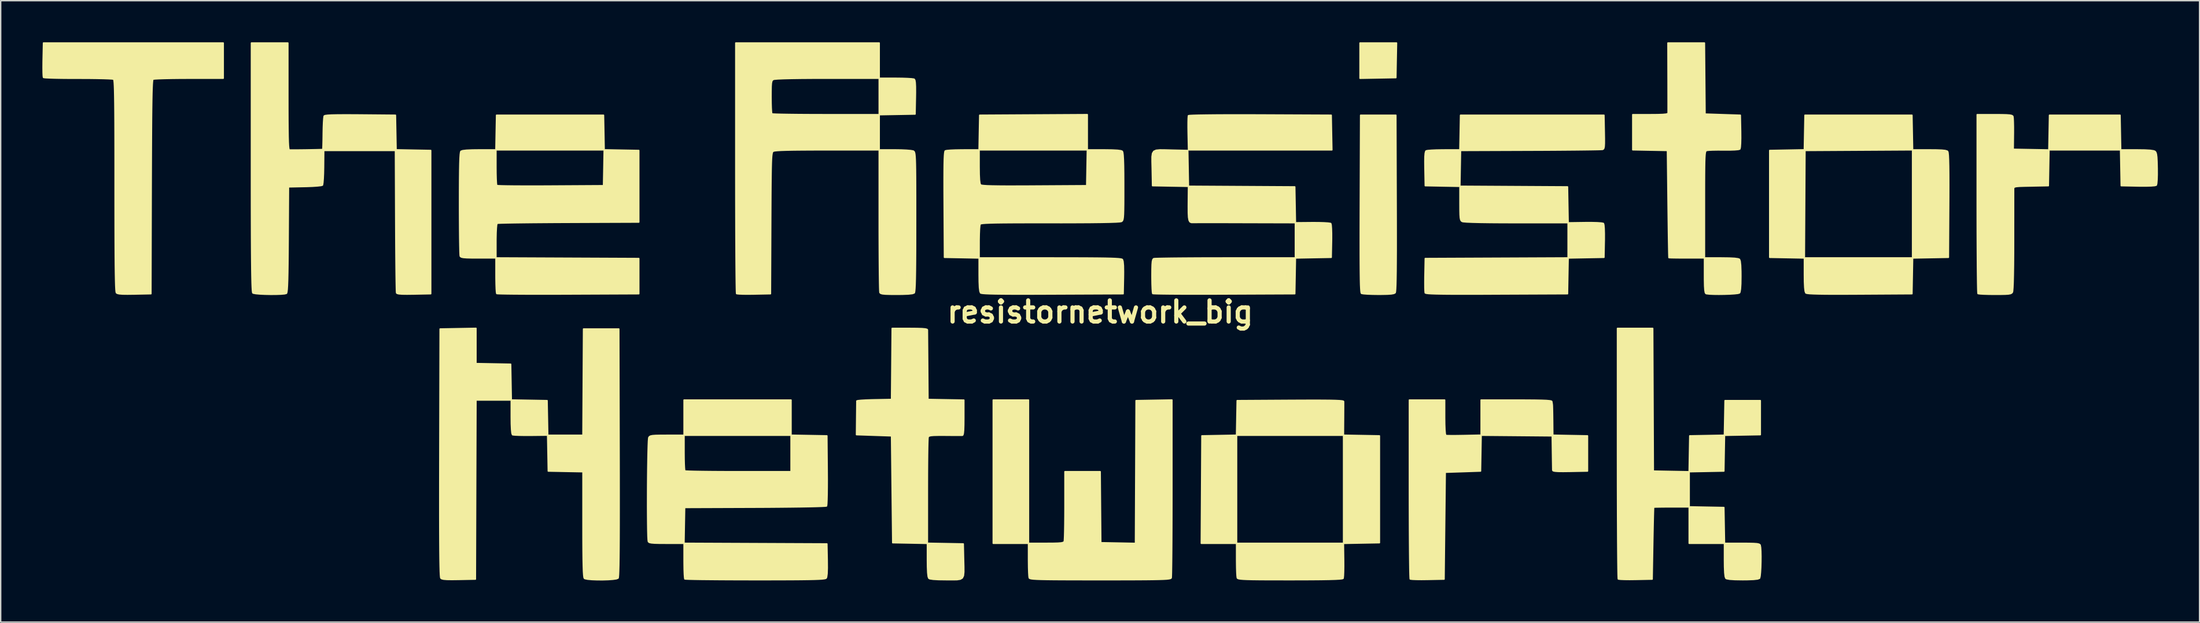
<source format=kicad_pcb>
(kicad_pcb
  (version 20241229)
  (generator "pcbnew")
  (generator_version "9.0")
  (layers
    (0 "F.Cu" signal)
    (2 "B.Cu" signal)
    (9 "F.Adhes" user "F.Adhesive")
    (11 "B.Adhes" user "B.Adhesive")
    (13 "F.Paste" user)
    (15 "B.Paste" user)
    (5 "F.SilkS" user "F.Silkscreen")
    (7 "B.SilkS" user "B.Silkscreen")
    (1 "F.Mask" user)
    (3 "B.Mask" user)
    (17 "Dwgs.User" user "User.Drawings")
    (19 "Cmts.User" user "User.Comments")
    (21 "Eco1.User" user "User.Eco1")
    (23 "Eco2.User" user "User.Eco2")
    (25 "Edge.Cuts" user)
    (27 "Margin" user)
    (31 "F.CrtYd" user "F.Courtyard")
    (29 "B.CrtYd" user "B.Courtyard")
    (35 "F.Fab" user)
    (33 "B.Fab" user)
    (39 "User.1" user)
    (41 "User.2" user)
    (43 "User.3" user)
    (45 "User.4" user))
  (footprint "resistornetwork_big"
    (layer "F.Cu")
    (at 76.188 19.439)
    (property "Reference" "resistornetwork_big" (at 0 0 0) (layer "F.SilkS") (effects (font (size 1.524 1.524) (thickness 0.3))))
    (attr through_hole)
    (fp_poly (pts (xy -5.165 16.679) (xy -6.435 16.679) (xy -7.705 16.679) (xy -7.705 11.515) (xy -7.705 6.35) (xy -6.435 6.35) (xy -5.165 6.35) (xy -5.165 11.515) (xy -5.165 16.679)) (stroke (width 0.1) (type solid)) (fill yes) (layer "F.SilkS"))
    (fp_poly (pts (xy 21.341 -19.389) (xy 21.317 -18.14) (xy 21.294 -16.891) (xy 20.003 -16.868) (xy 18.711 -16.844) (xy 18.711 -18.116) (xy 18.711 -19.389) (xy 20.026 -19.389) (xy 21.341 -19.389)) (stroke (width 0.1) (type solid)) (fill yes) (layer "F.SilkS"))
    (fp_poly (pts (xy 16.684 -11.684) (xy 11.521 -11.684) (xy 6.359 -11.684) (xy 6.333 -12.878) (xy 6.327 -13.314) (xy 6.328 -13.689) (xy 6.336 -13.972) (xy 6.35 -14.13) (xy 6.355 -14.149) (xy 6.448 -14.163) (xy 6.698 -14.176) (xy 7.094 -14.187) (xy 7.624 -14.195) (xy 8.277 -14.202) (xy 9.041 -14.206) (xy 9.904 -14.207) (xy 10.855 -14.206) (xy 11.52 -14.204) (xy 16.637 -14.182) (xy 16.66 -12.933) (xy 16.684 -11.684)) (stroke (width 0.1) (type solid)) (fill yes) (layer "F.SilkS"))
    (fp_poly (pts (xy 46.143 -2.582) (xy 46.136 -2.035) (xy 46.112 -1.652) (xy 46.072 -1.429) (xy 46.042 -1.372) (xy 45.927 -1.338) (xy 45.683 -1.311) (xy 45.347 -1.29) (xy 44.959 -1.277) (xy 44.558 -1.272) (xy 44.183 -1.276) (xy 43.873 -1.29) (xy 43.667 -1.314) (xy 43.624 -1.326) (xy 43.58 -1.394) (xy 43.549 -1.57) (xy 43.529 -1.87) (xy 43.52 -2.311) (xy 43.519 -2.632) (xy 43.519 -3.895) (xy 44.729 -3.895) (xy 45.294 -3.888) (xy 45.697 -3.868) (xy 45.946 -3.833) (xy 46.042 -3.793) (xy 46.091 -3.658) (xy 46.124 -3.366) (xy 46.141 -2.913) (xy 46.143 -2.582)) (stroke (width 0.1) (type solid)) (fill yes) (layer "F.SilkS"))
    (fp_poly (pts (xy 21.32 -5.418) (xy 21.32 -4.444) (xy 21.316 -3.617) (xy 21.311 -2.933) (xy 21.302 -2.382) (xy 21.292 -1.959) (xy 21.278 -1.657) (xy 21.262 -1.469) (xy 21.243 -1.387) (xy 21.242 -1.385) (xy 21.152 -1.334) (xy 20.969 -1.3) (xy 20.669 -1.28) (xy 20.229 -1.272) (xy 20.034 -1.271) (xy 19.611 -1.277) (xy 19.245 -1.291) (xy 18.971 -1.311) (xy 18.826 -1.336) (xy 18.817 -1.34) (xy 18.796 -1.385) (xy 18.778 -1.499) (xy 18.764 -1.691) (xy 18.751 -1.972) (xy 18.742 -2.349) (xy 18.735 -2.834) (xy 18.73 -3.436) (xy 18.727 -4.165) (xy 18.726 -5.029) (xy 18.727 -6.039) (xy 18.73 -7.204) (xy 18.732 -7.795) (xy 18.754 -14.182) (xy 20.024 -14.182) (xy 21.294 -14.182) (xy 21.315 -7.841) (xy 21.319 -6.549) (xy 21.32 -5.418)) (stroke (width 0.1) (type solid)) (fill yes) (layer "F.SilkS"))
    (fp_poly (pts (xy -13.293 -6.491) (xy -13.294 -5.375) (xy -13.296 -4.419) (xy -13.301 -3.612) (xy -13.308 -2.947) (xy -13.317 -2.412) (xy -13.329 -1.999) (xy -13.344 -1.698) (xy -13.362 -1.499) (xy -13.383 -1.393) (xy -13.394 -1.372) (xy -13.524 -1.324) (xy -13.806 -1.291) (xy -14.247 -1.274) (xy -14.655 -1.27) (xy -15.13 -1.273) (xy -15.461 -1.283) (xy -15.675 -1.303) (xy -15.799 -1.336) (xy -15.857 -1.386) (xy -15.866 -1.404) (xy -15.875 -1.511) (xy -15.884 -1.772) (xy -15.892 -2.172) (xy -15.899 -2.695) (xy -15.905 -3.328) (xy -15.91 -4.054) (xy -15.914 -4.858) (xy -15.917 -5.726) (xy -15.917 -6.611) (xy -15.917 -11.684) (xy -14.769 -11.684) (xy -14.332 -11.678) (xy -13.946 -11.661) (xy -13.647 -11.635) (xy -13.474 -11.604) (xy -13.456 -11.596) (xy -13.422 -11.573) (xy -13.393 -11.535) (xy -13.369 -11.469) (xy -13.349 -11.362) (xy -13.333 -11.201) (xy -13.32 -10.974) (xy -13.31 -10.667) (xy -13.303 -10.267) (xy -13.298 -9.761) (xy -13.295 -9.138) (xy -13.293 -8.383) (xy -13.293 -7.483) (xy -13.293 -6.491)) (stroke (width 0.1) (type solid)) (fill yes) (layer "F.SilkS"))
    (fp_poly (pts (xy 61.114 -9.176) (xy 61.112 -8.281) (xy 61.109 -7.695) (xy 61.087 -3.937) (xy 59.798 -3.914) (xy 58.509 -3.89) (xy 58.505 -3.648) (xy 58.505 -3.895) (xy 58.505 -7.79) (xy 58.505 -11.686) (xy 54.631 -11.664) (xy 50.758 -11.642) (xy 50.736 -7.768) (xy 50.714 -3.895) (xy 54.609 -3.895) (xy 58.505 -3.895) (xy 58.505 -3.648) (xy 58.486 -2.601) (xy 58.462 -1.312) (xy 54.691 -1.29) (xy 53.735 -1.286) (xy 52.938 -1.285) (xy 52.286 -1.287) (xy 51.77 -1.294) (xy 51.377 -1.305) (xy 51.097 -1.319) (xy 50.918 -1.339) (xy 50.828 -1.363) (xy 50.818 -1.371) (xy 50.771 -1.494) (xy 50.739 -1.76) (xy 50.72 -2.177) (xy 50.715 -2.682) (xy 50.715 -3.89) (xy 49.467 -3.914) (xy 48.218 -3.937) (xy 48.218 -7.789) (xy 48.218 -11.642) (xy 49.464 -11.665) (xy 50.711 -11.689) (xy 50.734 -12.935) (xy 50.758 -14.182) (xy 54.61 -14.182) (xy 58.462 -14.182) (xy 58.486 -12.933) (xy 58.509 -11.684) (xy 59.724 -11.684) (xy 60.239 -11.68) (xy 60.608 -11.666) (xy 60.85 -11.641) (xy 60.99 -11.602) (xy 61.035 -11.568) (xy 61.06 -11.482) (xy 61.08 -11.281) (xy 61.095 -10.959) (xy 61.106 -10.506) (xy 61.112 -9.915) (xy 61.114 -9.176)) (stroke (width 0.1) (type solid)) (fill yes) (layer "F.SilkS"))
    (fp_poly (pts (xy 46.128 -12.53) (xy 46.119 -12.145) (xy 46.099 -11.875) (xy 46.068 -11.745) (xy 46.065 -11.741) (xy 45.95 -11.709) (xy 45.695 -11.687) (xy 45.333 -11.675) (xy 44.897 -11.676) (xy 44.474 -11.678) (xy 44.104 -11.672) (xy 43.824 -11.659) (xy 43.672 -11.64) (xy 43.665 -11.638) (xy 43.631 -11.615) (xy 43.602 -11.566) (xy 43.578 -11.475) (xy 43.56 -11.33) (xy 43.546 -11.114) (xy 43.535 -10.814) (xy 43.528 -10.414) (xy 43.523 -9.9) (xy 43.52 -9.258) (xy 43.519 -8.472) (xy 43.519 -7.738) (xy 43.519 -3.895) (xy 42.249 -3.895) (xy 41.805 -3.896) (xy 41.426 -3.9) (xy 41.142 -3.905) (xy 40.983 -3.912) (xy 40.96 -3.916) (xy 40.955 -4.002) (xy 40.948 -4.241) (xy 40.941 -4.615) (xy 40.932 -5.108) (xy 40.923 -5.702) (xy 40.914 -6.381) (xy 40.904 -7.128) (xy 40.896 -7.789) (xy 40.852 -11.642) (xy 39.603 -11.665) (xy 38.354 -11.689) (xy 38.354 -12.956) (xy 38.354 -14.224) (xy 39.624 -14.224) (xy 40.143 -14.228) (xy 40.512 -14.24) (xy 40.748 -14.262) (xy 40.87 -14.295) (xy 40.898 -14.33) (xy 40.898 -14.439) (xy 40.898 -14.695) (xy 40.898 -15.076) (xy 40.897 -15.56) (xy 40.896 -16.124) (xy 40.895 -16.747) (xy 40.894 -16.912) (xy 40.887 -19.389) (xy 42.202 -19.389) (xy 43.516 -19.389) (xy 43.539 -16.828) (xy 43.561 -14.266) (xy 44.831 -14.224) (xy 46.101 -14.182) (xy 46.125 -13.003) (xy 46.128 -12.53)) (stroke (width 0.1) (type solid)) (fill yes) (layer "F.SilkS"))
    (fp_poly (pts (xy 5.165 12.691) (xy 5.164 13.715) (xy 5.162 14.691) (xy 5.159 15.606) (xy 5.155 16.447) (xy 5.15 17.199) (xy 5.144 17.85) (xy 5.137 18.386) (xy 5.13 18.794) (xy 5.122 19.059) (xy 5.114 19.169) (xy 5.113 19.17) (xy 5.089 19.198) (xy 5.033 19.222) (xy 4.93 19.242) (xy 4.77 19.259) (xy 4.54 19.272) (xy 4.226 19.282) (xy 3.817 19.29) (xy 3.301 19.296) (xy 2.664 19.3) (xy 1.894 19.303) (xy 0.978 19.304) (xy 0 19.304) (xy -1.06 19.304) (xy -1.963 19.302) (xy -2.721 19.3) (xy -3.348 19.296) (xy -3.855 19.29) (xy -4.256 19.282) (xy -4.562 19.271) (xy -4.786 19.257) (xy -4.941 19.241) (xy -5.039 19.22) (xy -5.092 19.196) (xy -5.113 19.17) (xy -5.132 19.04) (xy -5.148 18.775) (xy -5.159 18.411) (xy -5.164 17.984) (xy -5.165 17.858) (xy -5.165 16.679) (xy -3.904 16.679) (xy -3.407 16.677) (xy -3.054 16.668) (xy -2.82 16.65) (xy -2.681 16.621) (xy -2.61 16.577) (xy -2.591 16.545) (xy -2.578 16.429) (xy -2.566 16.166) (xy -2.556 15.779) (xy -2.548 15.29) (xy -2.543 14.723) (xy -2.54 14.099) (xy -2.54 13.963) (xy -2.54 11.515) (xy -1.271 11.515) (xy -0.002 11.515) (xy 0.02 14.076) (xy 0.042 16.637) (xy 1.291 16.66) (xy 2.539 16.684) (xy 2.561 11.538) (xy 2.582 6.392) (xy 3.873 6.369) (xy 5.165 6.346) (xy 5.165 12.691)) (stroke (width 0.1) (type solid)) (fill yes) (layer "F.SilkS"))
    (fp_poly (pts (xy 20.108 16.637) (xy 18.812 16.66) (xy 17.516 16.684) (xy 17.533 17.898) (xy 17.535 18.34) (xy 17.529 18.723) (xy 17.517 19.016) (xy 17.498 19.184) (xy 17.491 19.208) (xy 17.419 19.233) (xy 17.233 19.254) (xy 16.924 19.271) (xy 16.483 19.284) (xy 15.903 19.294) (xy 15.175 19.3) (xy 14.291 19.303) (xy 13.678 19.304) (xy 12.775 19.303) (xy 12.028 19.302) (xy 11.42 19.298) (xy 10.938 19.292) (xy 10.568 19.283) (xy 10.294 19.27) (xy 10.103 19.254) (xy 9.979 19.233) (xy 9.908 19.208) (xy 9.876 19.177) (xy 9.873 19.17) (xy 9.854 19.04) (xy 9.838 18.775) (xy 9.827 18.411) (xy 9.822 17.984) (xy 9.821 17.858) (xy 9.821 16.679) (xy 13.674 16.679) (xy 17.526 16.679) (xy 17.526 12.785) (xy 17.526 8.89) (xy 13.674 8.89) (xy 9.821 8.89) (xy 9.821 12.785) (xy 9.821 16.679) (xy 8.55 16.679) (xy 7.28 16.679) (xy 7.302 12.806) (xy 7.324 8.932) (xy 8.57 8.909) (xy 9.817 8.885) (xy 9.84 7.639) (xy 9.864 6.392) (xy 13.695 6.37) (xy 14.635 6.366) (xy 15.417 6.364) (xy 16.055 6.366) (xy 16.561 6.371) (xy 16.946 6.38) (xy 17.223 6.393) (xy 17.405 6.41) (xy 17.503 6.431) (xy 17.53 6.455) (xy 17.531 6.575) (xy 17.531 6.83) (xy 17.529 7.186) (xy 17.527 7.607) (xy 17.526 7.724) (xy 17.518 8.886) (xy 18.813 8.909) (xy 20.108 8.932) (xy 20.108 12.785) (xy 20.108 16.637)) (stroke (width 0.1) (type solid)) (fill yes) (layer "F.SilkS"))
    (fp_poly (pts (xy 35.094 11.472) (xy 33.846 11.496) (xy 33.338 11.502) (xy 32.979 11.498) (xy 32.748 11.481) (xy 32.626 11.452) (xy 32.591 11.411) (xy 32.588 11.291) (xy 32.584 11.035) (xy 32.578 10.678) (xy 32.572 10.254) (xy 32.57 10.118) (xy 32.554 8.932) (xy 29.995 8.91) (xy 27.436 8.888) (xy 27.413 10.18) (xy 27.39 11.472) (xy 26.12 11.515) (xy 24.85 11.557) (xy 24.807 15.409) (xy 24.765 19.262) (xy 23.575 19.285) (xy 23.142 19.29) (xy 22.771 19.286) (xy 22.494 19.275) (xy 22.343 19.257) (xy 22.326 19.25) (xy 22.317 19.158) (xy 22.308 18.91) (xy 22.299 18.518) (xy 22.292 17.997) (xy 22.285 17.36) (xy 22.279 16.619) (xy 22.274 15.787) (xy 22.271 14.879) (xy 22.268 13.906) (xy 22.267 12.883) (xy 22.267 12.771) (xy 22.267 6.35) (xy 23.537 6.35) (xy 24.807 6.35) (xy 24.807 7.613) (xy 24.813 8.105) (xy 24.828 8.497) (xy 24.852 8.768) (xy 24.883 8.897) (xy 24.891 8.904) (xy 25.001 8.912) (xy 25.249 8.916) (xy 25.6 8.916) (xy 26.024 8.91) (xy 26.203 8.907) (xy 27.432 8.881) (xy 27.432 7.616) (xy 27.432 6.35) (xy 29.972 6.35) (xy 30.73 6.352) (xy 31.333 6.357) (xy 31.795 6.366) (xy 32.131 6.379) (xy 32.355 6.399) (xy 32.482 6.423) (xy 32.525 6.455) (xy 32.525 6.456) (xy 32.552 6.622) (xy 32.557 6.646) (xy 32.566 6.759) (xy 32.574 7.006) (xy 32.581 7.352) (xy 32.586 7.762) (xy 32.587 7.808) (xy 32.597 8.885) (xy 33.846 8.909) (xy 35.094 8.932) (xy 35.094 10.202) (xy 35.094 11.472)) (stroke (width 0.1) (type solid)) (fill yes) (layer "F.SilkS"))
    (fp_poly (pts (xy -63.161 -16.849) (xy -65.638 -16.847) (xy -66.272 -16.845) (xy -66.854 -16.838) (xy -67.36 -16.828) (xy -67.769 -16.815) (xy -68.059 -16.8) (xy -68.207 -16.784) (xy -68.22 -16.779) (xy -68.239 -16.733) (xy -68.256 -16.615) (xy -68.271 -16.417) (xy -68.284 -16.129) (xy -68.296 -15.744) (xy -68.306 -15.253) (xy -68.315 -14.647) (xy -68.323 -13.917) (xy -68.329 -13.056) (xy -68.335 -12.055) (xy -68.34 -10.905) (xy -68.345 -9.598) (xy -68.347 -9.012) (xy -68.368 -1.312) (xy -69.563 -1.289) (xy -70.063 -1.283) (xy -70.419 -1.288) (xy -70.654 -1.307) (xy -70.793 -1.341) (xy -70.855 -1.383) (xy -70.873 -1.452) (xy -70.889 -1.618) (xy -70.903 -1.888) (xy -70.914 -2.268) (xy -70.924 -2.767) (xy -70.933 -3.39) (xy -70.939 -4.145) (xy -70.944 -5.039) (xy -70.947 -6.078) (xy -70.949 -7.271) (xy -70.95 -8.624) (xy -70.95 -9.105) (xy -70.95 -10.462) (xy -70.951 -11.657) (xy -70.953 -12.702) (xy -70.956 -13.604) (xy -70.961 -14.372) (xy -70.967 -15.016) (xy -70.975 -15.543) (xy -70.984 -15.964) (xy -70.996 -16.288) (xy -71.009 -16.522) (xy -71.025 -16.676) (xy -71.042 -16.759) (xy -71.055 -16.779) (xy -71.164 -16.797) (xy -71.421 -16.812) (xy -71.802 -16.825) (xy -72.285 -16.835) (xy -72.849 -16.842) (xy -73.47 -16.844) (xy -73.609 -16.844) (xy -74.236 -16.845) (xy -74.807 -16.85) (xy -75.3 -16.859) (xy -75.695 -16.872) (xy -75.968 -16.886) (xy -76.099 -16.903) (xy -76.106 -16.907) (xy -76.123 -17.013) (xy -76.134 -17.255) (xy -76.138 -17.601) (xy -76.135 -18.02) (xy -76.132 -18.182) (xy -76.106 -19.389) (xy -69.634 -19.389) (xy -63.161 -19.389) (xy -63.161 -18.119) (xy -63.161 -16.849)) (stroke (width 0.1) (type solid)) (fill yes) (layer "F.SilkS"))
    (fp_poly (pts (xy -9.821 7.622) (xy -9.825 8.141) (xy -9.837 8.51) (xy -9.859 8.745) (xy -9.893 8.867) (xy -9.927 8.894) (xy -10.047 8.895) (xy -10.302 8.895) (xy -10.657 8.894) (xy -11.078 8.891) (xy -11.187 8.89) (xy -11.657 8.89) (xy -11.986 8.897) (xy -12.198 8.915) (xy -12.32 8.947) (xy -12.381 8.995) (xy -12.393 9.02) (xy -12.404 9.131) (xy -12.414 9.394) (xy -12.424 9.79) (xy -12.432 10.302) (xy -12.438 10.912) (xy -12.443 11.602) (xy -12.445 12.354) (xy -12.446 12.916) (xy -12.446 16.675) (xy -11.155 16.698) (xy -9.864 16.722) (xy -9.839 17.822) (xy -9.825 18.357) (xy -9.823 18.746) (xy -9.851 19.011) (xy -9.93 19.177) (xy -10.079 19.266) (xy -10.316 19.302) (xy -10.662 19.306) (xy -11.076 19.304) (xy -11.633 19.297) (xy -12.027 19.275) (xy -12.266 19.239) (xy -12.344 19.202) (xy -12.391 19.077) (xy -12.423 18.803) (xy -12.441 18.374) (xy -12.446 17.892) (xy -12.446 16.684) (xy -13.695 16.66) (xy -14.944 16.637) (xy -14.986 12.785) (xy -15.028 8.932) (xy -16.291 8.89) (xy -17.553 8.848) (xy -17.541 7.662) (xy -17.536 7.23) (xy -17.532 6.859) (xy -17.529 6.582) (xy -17.528 6.432) (xy -17.527 6.416) (xy -17.447 6.393) (xy -17.227 6.37) (xy -16.897 6.351) (xy -16.486 6.336) (xy -16.277 6.331) (xy -15.028 6.308) (xy -15.006 3.747) (xy -14.984 1.185) (xy -13.715 1.185) (xy -13.196 1.189) (xy -12.828 1.201) (xy -12.593 1.223) (xy -12.471 1.256) (xy -12.444 1.291) (xy -12.443 1.4) (xy -12.441 1.656) (xy -12.438 2.037) (xy -12.434 2.52) (xy -12.429 3.084) (xy -12.424 3.705) (xy -12.423 3.852) (xy -12.404 6.308) (xy -11.113 6.331) (xy -9.821 6.354) (xy -9.821 7.622)) (stroke (width 0.1) (type solid)) (fill yes) (layer "F.SilkS"))
    (fp_poly (pts (xy 16.663 -5.252) (xy 16.661 -5.116) (xy 16.637 -3.937) (xy 15.348 -3.914) (xy 14.059 -3.89) (xy 14.036 -2.601) (xy 14.012 -1.312) (xy 8.926 -1.291) (xy 8.013 -1.288) (xy 7.151 -1.287) (xy 6.355 -1.287) (xy 5.639 -1.29) (xy 5.018 -1.294) (xy 4.507 -1.3) (xy 4.121 -1.307) (xy 3.874 -1.316) (xy 3.782 -1.326) (xy 3.762 -1.427) (xy 3.745 -1.665) (xy 3.732 -2.009) (xy 3.726 -2.426) (xy 3.725 -2.587) (xy 3.728 -3.072) (xy 3.737 -3.413) (xy 3.756 -3.636) (xy 3.788 -3.766) (xy 3.835 -3.83) (xy 3.859 -3.843) (xy 3.966 -3.853) (xy 4.227 -3.861) (xy 4.627 -3.869) (xy 5.15 -3.877) (xy 5.782 -3.883) (xy 6.507 -3.888) (xy 7.31 -3.892) (xy 8.176 -3.894) (xy 9.024 -3.895) (xy 14.055 -3.895) (xy 14.055 -5.165) (xy 14.055 -6.435) (xy 10.435 -6.444) (xy 9.665 -6.446) (xy 8.945 -6.448) (xy 8.293 -6.448) (xy 7.727 -6.449) (xy 7.267 -6.448) (xy 6.928 -6.447) (xy 6.731 -6.446) (xy 6.689 -6.445) (xy 6.557 -6.448) (xy 6.462 -6.496) (xy 6.4 -6.612) (xy 6.363 -6.818) (xy 6.346 -7.139) (xy 6.344 -7.597) (xy 6.345 -7.818) (xy 6.357 -9.055) (xy 5.062 -9.078) (xy 3.768 -9.102) (xy 3.744 -10.348) (xy 3.732 -10.835) (xy 3.732 -11.189) (xy 3.766 -11.431) (xy 3.858 -11.58) (xy 4.029 -11.658) (xy 4.304 -11.684) (xy 4.703 -11.68) (xy 5.207 -11.666) (xy 6.308 -11.642) (xy 6.331 -10.351) (xy 6.354 -9.061) (xy 10.183 -9.039) (xy 14.012 -9.017) (xy 14.036 -7.723) (xy 14.059 -6.429) (xy 15.294 -6.44) (xy 15.737 -6.438) (xy 16.121 -6.427) (xy 16.413 -6.408) (xy 16.581 -6.384) (xy 16.606 -6.372) (xy 16.633 -6.263) (xy 16.652 -6.018) (xy 16.663 -5.67) (xy 16.663 -5.252)) (stroke (width 0.1) (type solid)) (fill yes) (layer "F.SilkS"))
    (fp_poly (pts (xy -34.645 14.291) (xy -34.646 15.361) (xy -34.649 16.285) (xy -34.654 17.07) (xy -34.661 17.721) (xy -34.669 18.245) (xy -34.68 18.648) (xy -34.692 18.935) (xy -34.706 19.113) (xy -34.723 19.188) (xy -34.723 19.189) (xy -34.846 19.238) (xy -35.099 19.274) (xy -35.441 19.298) (xy -35.833 19.31) (xy -36.235 19.308) (xy -36.608 19.294) (xy -36.913 19.267) (xy -37.108 19.226) (xy -37.152 19.202) (xy -37.178 19.131) (xy -37.199 18.967) (xy -37.217 18.698) (xy -37.23 18.315) (xy -37.241 17.806) (xy -37.248 17.162) (xy -37.252 16.37) (xy -37.253 15.421) (xy -37.253 15.31) (xy -37.253 11.519) (xy -38.502 11.496) (xy -39.751 11.472) (xy -39.774 10.177) (xy -39.798 8.882) (xy -41.018 8.895) (xy -41.46 8.895) (xy -41.843 8.889) (xy -42.135 8.876) (xy -42.304 8.859) (xy -42.328 8.851) (xy -42.367 8.742) (xy -42.395 8.476) (xy -42.413 8.068) (xy -42.418 7.573) (xy -42.418 6.35) (xy -43.687 6.35) (xy -44.957 6.35) (xy -44.979 12.806) (xy -45 19.262) (xy -46.195 19.285) (xy -46.696 19.291) (xy -47.052 19.286) (xy -47.288 19.267) (xy -47.427 19.232) (xy -47.486 19.191) (xy -47.503 19.125) (xy -47.517 18.963) (xy -47.53 18.7) (xy -47.54 18.329) (xy -47.549 17.844) (xy -47.556 17.237) (xy -47.561 16.502) (xy -47.565 15.633) (xy -47.567 14.623) (xy -47.567 13.466) (xy -47.566 12.155) (xy -47.563 10.683) (xy -47.562 10.151) (xy -47.54 1.228) (xy -46.249 1.204) (xy -44.958 1.181) (xy -44.958 2.451) (xy -44.958 3.721) (xy -43.709 3.744) (xy -42.46 3.768) (xy -42.437 5.057) (xy -42.414 6.346) (xy -41.125 6.369) (xy -39.836 6.392) (xy -39.812 7.641) (xy -39.789 8.89) (xy -38.522 8.89) (xy -37.255 8.89) (xy -37.233 5.059) (xy -37.211 1.228) (xy -35.941 1.228) (xy -34.671 1.228) (xy -34.649 10.151) (xy -34.646 11.692) (xy -34.645 13.07) (xy -34.645 14.291)) (stroke (width 0.1) (type solid)) (fill yes) (layer "F.SilkS"))
    (fp_poly (pts (xy -13.306 -15.828) (xy -13.311 -15.488) (xy -13.335 -14.266) (xy -14.626 -14.243) (xy -15.917 -14.22) (xy -15.917 -12.952) (xy -15.917 -11.684) (xy -19.669 -11.684) (xy -20.621 -11.683) (xy -21.416 -11.679) (xy -22.065 -11.673) (xy -22.581 -11.663) (xy -22.975 -11.65) (xy -23.259 -11.633) (xy -23.446 -11.613) (xy -23.547 -11.587) (xy -23.563 -11.578) (xy -23.593 -11.546) (xy -23.619 -11.487) (xy -23.64 -11.389) (xy -23.659 -11.239) (xy -23.674 -11.026) (xy -23.686 -10.735) (xy -23.696 -10.354) (xy -23.704 -9.87) (xy -23.711 -9.271) (xy -23.717 -8.544) (xy -23.722 -7.676) (xy -23.727 -6.654) (xy -23.728 -6.392) (xy -23.749 -1.312) (xy -24.939 -1.289) (xy -25.372 -1.284) (xy -25.743 -1.288) (xy -26.02 -1.299) (xy -26.171 -1.317) (xy -26.188 -1.324) (xy -26.196 -1.415) (xy -26.204 -1.664) (xy -26.211 -2.061) (xy -26.218 -2.593) (xy -26.224 -3.25) (xy -26.23 -4.022) (xy -26.234 -4.896) (xy -26.239 -5.861) (xy -26.242 -6.908) (xy -26.245 -8.024) (xy -26.246 -9.198) (xy -26.247 -10.386) (xy -26.247 -19.389) (xy -21.082 -19.389) (xy -15.917 -19.389) (xy -15.917 -18.119) (xy -15.917 -16.849) (xy -19.648 -16.849) (xy -20.655 -16.847) (xy -21.52 -16.841) (xy -22.239 -16.831) (xy -22.806 -16.817) (xy -23.216 -16.799) (xy -23.466 -16.778) (xy -23.543 -16.761) (xy -23.609 -16.713) (xy -23.654 -16.631) (xy -23.683 -16.489) (xy -23.699 -16.257) (xy -23.705 -15.908) (xy -23.707 -15.505) (xy -23.703 -15.076) (xy -23.692 -14.71) (xy -23.676 -14.438) (xy -23.656 -14.294) (xy -23.65 -14.28) (xy -23.556 -14.269) (xy -23.311 -14.258) (xy -22.93 -14.248) (xy -22.431 -14.24) (xy -21.832 -14.233) (xy -21.149 -14.228) (xy -20.399 -14.225) (xy -19.756 -14.224) (xy -15.917 -14.224) (xy -15.917 -15.536) (xy -15.917 -16.849) (xy -14.711 -16.847) (xy -14.269 -16.842) (xy -13.885 -16.829) (xy -13.59 -16.81) (xy -13.42 -16.786) (xy -13.396 -16.777) (xy -13.351 -16.703) (xy -13.323 -16.534) (xy -13.308 -16.249) (xy -13.306 -15.828)) (stroke (width 0.1) (type solid)) (fill yes) (layer "F.SilkS"))
    (fp_poly (pts (xy 36.311 -12.489) (xy 36.31 -12.154) (xy 36.298 -11.935) (xy 36.273 -11.806) (xy 36.232 -11.741) (xy 36.176 -11.716) (xy 36.066 -11.709) (xy 35.802 -11.701) (xy 35.4 -11.694) (xy 34.873 -11.687) (xy 34.239 -11.68) (xy 33.512 -11.674) (xy 32.707 -11.668) (xy 31.84 -11.663) (xy 30.988 -11.66) (xy 25.95 -11.642) (xy 25.927 -10.351) (xy 25.904 -9.061) (xy 29.779 -9.039) (xy 33.655 -9.017) (xy 33.678 -7.721) (xy 33.702 -6.425) (xy 34.932 -6.442) (xy 35.402 -6.443) (xy 35.794 -6.433) (xy 36.08 -6.413) (xy 36.231 -6.385) (xy 36.245 -6.377) (xy 36.275 -6.262) (xy 36.296 -6.006) (xy 36.306 -5.636) (xy 36.305 -5.18) (xy 36.303 -5.116) (xy 36.28 -3.937) (xy 34.991 -3.914) (xy 33.702 -3.89) (xy 33.678 -2.601) (xy 33.655 -1.312) (xy 28.551 -1.291) (xy 27.462 -1.286) (xy 26.53 -1.284) (xy 25.746 -1.285) (xy 25.096 -1.287) (xy 24.572 -1.293) (xy 24.16 -1.301) (xy 23.85 -1.312) (xy 23.631 -1.326) (xy 23.492 -1.344) (xy 23.42 -1.365) (xy 23.405 -1.379) (xy 23.392 -1.501) (xy 23.383 -1.757) (xy 23.381 -2.114) (xy 23.384 -2.538) (xy 23.387 -2.671) (xy 23.41 -3.852) (xy 28.554 -3.874) (xy 33.697 -3.896) (xy 33.697 -5.165) (xy 33.697 -6.435) (xy 29.966 -6.435) (xy 28.96 -6.437) (xy 28.094 -6.443) (xy 27.376 -6.453) (xy 26.809 -6.467) (xy 26.399 -6.484) (xy 26.149 -6.505) (xy 26.072 -6.522) (xy 26.007 -6.569) (xy 25.962 -6.649) (xy 25.933 -6.787) (xy 25.917 -7.013) (xy 25.91 -7.353) (xy 25.908 -7.832) (xy 25.908 -9.055) (xy 24.659 -9.078) (xy 23.41 -9.102) (xy 23.387 -10.323) (xy 23.381 -10.839) (xy 23.387 -11.206) (xy 23.407 -11.445) (xy 23.442 -11.576) (xy 23.471 -11.613) (xy 23.592 -11.638) (xy 23.848 -11.659) (xy 24.204 -11.675) (xy 24.626 -11.682) (xy 24.742 -11.683) (xy 25.903 -11.684) (xy 25.927 -12.933) (xy 25.95 -14.182) (xy 31.115 -14.182) (xy 36.28 -14.182) (xy 36.303 -12.968) (xy 36.311 -12.489)) (stroke (width 0.1) (type solid)) (fill yes) (layer "F.SilkS"))
    (fp_poly (pts (xy 47.587 17.619) (xy 47.584 18.016) (xy 47.573 18.41) (xy 47.552 18.763) (xy 47.525 19.036) (xy 47.49 19.188) (xy 47.481 19.202) (xy 47.346 19.252) (xy 47.054 19.285) (xy 46.601 19.301) (xy 46.27 19.304) (xy 45.723 19.296) (xy 45.34 19.272) (xy 45.117 19.232) (xy 45.06 19.202) (xy 45.013 19.077) (xy 44.981 18.803) (xy 44.963 18.375) (xy 44.958 17.89) (xy 44.958 16.679) (xy 43.688 16.679) (xy 42.418 16.679) (xy 42.418 15.367) (xy 42.418 14.055) (xy 41.148 14.055) (xy 40.704 14.056) (xy 40.326 14.06) (xy 40.042 14.065) (xy 39.883 14.072) (xy 39.86 14.076) (xy 39.854 14.162) (xy 39.846 14.398) (xy 39.836 14.761) (xy 39.825 15.231) (xy 39.813 15.787) (xy 39.801 16.409) (xy 39.796 16.679) (xy 39.751 19.262) (xy 38.561 19.285) (xy 38.128 19.29) (xy 37.757 19.286) (xy 37.48 19.275) (xy 37.329 19.257) (xy 37.312 19.25) (xy 37.304 19.159) (xy 37.296 18.91) (xy 37.289 18.513) (xy 37.282 17.981) (xy 37.276 17.324) (xy 37.27 16.552) (xy 37.266 15.678) (xy 37.261 14.713) (xy 37.258 13.666) (xy 37.255 12.55) (xy 37.254 11.376) (xy 37.253 10.188) (xy 37.253 1.185) (xy 38.523 1.185) (xy 39.792 1.185) (xy 39.814 6.329) (xy 39.836 11.472) (xy 41.125 11.496) (xy 42.414 11.519) (xy 42.437 10.226) (xy 42.46 8.932) (xy 43.707 8.909) (xy 44.953 8.885) (xy 44.977 7.639) (xy 45 6.392) (xy 46.27 6.392) (xy 47.54 6.392) (xy 47.54 7.62) (xy 47.54 8.848) (xy 46.251 8.871) (xy 44.962 8.894) (xy 44.939 10.183) (xy 44.916 11.472) (xy 43.667 11.496) (xy 42.418 11.519) (xy 42.418 12.785) (xy 42.418 14.05) (xy 43.667 14.074) (xy 44.916 14.097) (xy 44.939 15.388) (xy 44.962 16.679) (xy 46.221 16.679) (xy 46.718 16.682) (xy 47.07 16.691) (xy 47.303 16.708) (xy 47.442 16.738) (xy 47.513 16.782) (xy 47.531 16.813) (xy 47.561 16.979) (xy 47.58 17.261) (xy 47.587 17.619)) (stroke (width 0.1) (type solid)) (fill yes) (layer "F.SilkS"))
    (fp_poly (pts (xy 76.126 -9.893) (xy 76.114 -9.521) (xy 76.092 -9.26) (xy 76.06 -9.139) (xy 76.059 -9.138) (xy 75.942 -9.107) (xy 75.681 -9.085) (xy 75.299 -9.075) (xy 74.822 -9.077) (xy 74.754 -9.078) (xy 73.533 -9.102) (xy 73.51 -10.393) (xy 73.486 -11.684) (xy 70.908 -11.684) (xy 68.33 -11.684) (xy 68.307 -10.393) (xy 68.284 -9.102) (xy 67.035 -9.078) (xy 66.552 -9.068) (xy 66.213 -9.057) (xy 65.992 -9.039) (xy 65.865 -9.012) (xy 65.804 -8.969) (xy 65.786 -8.908) (xy 65.785 -8.867) (xy 65.785 -8.743) (xy 65.785 -8.47) (xy 65.784 -8.064) (xy 65.784 -7.546) (xy 65.784 -6.933) (xy 65.783 -6.245) (xy 65.783 -5.501) (xy 65.783 -5.135) (xy 65.781 -4.195) (xy 65.775 -3.379) (xy 65.764 -2.693) (xy 65.751 -2.147) (xy 65.733 -1.748) (xy 65.713 -1.505) (xy 65.697 -1.43) (xy 65.648 -1.366) (xy 65.565 -1.322) (xy 65.418 -1.293) (xy 65.18 -1.278) (xy 64.823 -1.271) (xy 64.442 -1.27) (xy 64.014 -1.274) (xy 63.647 -1.285) (xy 63.376 -1.3) (xy 63.231 -1.32) (xy 63.218 -1.326) (xy 63.209 -1.418) (xy 63.2 -1.666) (xy 63.192 -2.057) (xy 63.185 -2.577) (xy 63.178 -3.215) (xy 63.173 -3.956) (xy 63.168 -4.787) (xy 63.164 -5.695) (xy 63.162 -6.667) (xy 63.161 -7.69) (xy 63.161 -7.803) (xy 63.161 -14.224) (xy 64.422 -14.224) (xy 64.923 -14.221) (xy 65.278 -14.212) (xy 65.514 -14.193) (xy 65.653 -14.163) (xy 65.72 -14.118) (xy 65.732 -14.096) (xy 65.75 -13.967) (xy 65.762 -13.705) (xy 65.77 -13.345) (xy 65.77 -12.924) (xy 65.769 -12.847) (xy 65.757 -11.726) (xy 67.039 -11.703) (xy 68.321 -11.68) (xy 68.345 -12.931) (xy 68.368 -14.182) (xy 70.908 -14.182) (xy 73.448 -14.182) (xy 73.472 -12.933) (xy 73.495 -11.684) (xy 74.662 -11.684) (xy 75.221 -11.677) (xy 75.622 -11.655) (xy 75.872 -11.617) (xy 75.968 -11.578) (xy 76.026 -11.506) (xy 76.068 -11.377) (xy 76.096 -11.163) (xy 76.113 -10.835) (xy 76.124 -10.367) (xy 76.125 -10.347) (xy 76.126 -9.893)) (stroke (width 0.1) (type solid)) (fill yes) (layer "F.SilkS"))
    (fp_poly (pts (xy -33.232 -1.312) (xy -38.318 -1.291) (xy -39.231 -1.288) (xy -40.093 -1.287) (xy -40.889 -1.287) (xy -41.605 -1.29) (xy -42.226 -1.294) (xy -42.737 -1.3) (xy -43.123 -1.307) (xy -43.37 -1.316) (xy -43.462 -1.326) (xy -43.482 -1.426) (xy -43.499 -1.665) (xy -43.511 -2.011) (xy -43.518 -2.432) (xy -43.519 -2.639) (xy -43.519 -3.895) (xy -44.78 -3.895) (xy -45.277 -3.897) (xy -45.629 -3.906) (xy -45.863 -3.924) (xy -46.002 -3.953) (xy -46.073 -3.997) (xy -46.092 -4.029) (xy -46.103 -4.139) (xy -46.113 -4.401) (xy -46.122 -4.796) (xy -46.13 -5.306) (xy -46.136 -5.914) (xy -46.14 -6.599) (xy -46.143 -7.346) (xy -46.143 -7.822) (xy -46.142 -8.771) (xy -46.138 -9.561) (xy -46.131 -10.204) (xy -46.121 -10.711) (xy -46.107 -11.091) (xy -46.089 -11.356) (xy -46.067 -11.517) (xy -46.042 -11.582) (xy -45.916 -11.629) (xy -45.642 -11.661) (xy -45.213 -11.679) (xy -44.732 -11.684) (xy -43.523 -11.684) (xy -43.5 -12.933) (xy -43.476 -14.182) (xy -39.624 -14.182) (xy -35.772 -14.182) (xy -35.748 -12.935) (xy -35.725 -11.689) (xy -34.478 -11.665) (xy -33.232 -11.642) (xy -33.232 -9.059) (xy -33.232 -6.477) (xy -35.725 -6.468) (xy -35.725 -11.684) (xy -39.622 -11.684) (xy -43.519 -11.684) (xy -43.519 -10.428) (xy -43.515 -9.983) (xy -43.505 -9.599) (xy -43.49 -9.308) (xy -43.471 -9.141) (xy -43.461 -9.115) (xy -43.367 -9.104) (xy -43.121 -9.094) (xy -42.74 -9.086) (xy -42.242 -9.08) (xy -41.643 -9.077) (xy -40.961 -9.076) (xy -40.212 -9.077) (xy -39.588 -9.08) (xy -35.772 -9.102) (xy -35.748 -10.393) (xy -35.725 -11.684) (xy -35.725 -6.468) (xy -38.295 -6.458) (xy -39.207 -6.454) (xy -40.068 -6.448) (xy -40.864 -6.442) (xy -41.581 -6.434) (xy -42.202 -6.426) (xy -42.714 -6.417) (xy -43.1 -6.408) (xy -43.347 -6.398) (xy -43.439 -6.389) (xy -43.467 -6.291) (xy -43.491 -6.055) (xy -43.509 -5.71) (xy -43.518 -5.29) (xy -43.519 -5.118) (xy -43.519 -3.896) (xy -38.375 -3.874) (xy -33.232 -3.852) (xy -33.232 -2.582) (xy -33.232 -1.312)) (stroke (width 0.1) (type solid)) (fill yes) (layer "F.SilkS"))
    (fp_poly (pts (xy -48.218 -1.312) (xy -49.426 -1.289) (xy -49.928 -1.283) (xy -50.283 -1.288) (xy -50.512 -1.306) (xy -50.637 -1.338) (xy -50.677 -1.376) (xy -50.685 -1.479) (xy -50.693 -1.736) (xy -50.701 -2.132) (xy -50.709 -2.652) (xy -50.716 -3.281) (xy -50.723 -4.004) (xy -50.729 -4.806) (xy -50.734 -5.672) (xy -50.738 -6.564) (xy -50.758 -11.642) (xy -53.34 -11.642) (xy -55.922 -11.642) (xy -55.933 -10.429) (xy -55.942 -9.99) (xy -55.959 -9.611) (xy -55.982 -9.324) (xy -56.009 -9.162) (xy -56.019 -9.14) (xy -56.127 -9.111) (xy -56.372 -9.084) (xy -56.72 -9.06) (xy -57.138 -9.044) (xy -57.279 -9.041) (xy -58.462 -9.017) (xy -58.484 -5.211) (xy -58.491 -4.258) (xy -58.499 -3.462) (xy -58.509 -2.812) (xy -58.521 -2.297) (xy -58.536 -1.905) (xy -58.553 -1.625) (xy -58.575 -1.446) (xy -58.599 -1.354) (xy -58.611 -1.339) (xy -58.749 -1.305) (xy -59.012 -1.283) (xy -59.36 -1.271) (xy -59.753 -1.269) (xy -60.153 -1.277) (xy -60.519 -1.294) (xy -60.813 -1.32) (xy -60.994 -1.354) (xy -61.028 -1.372) (xy -61.045 -1.428) (xy -61.06 -1.564) (xy -61.073 -1.789) (xy -61.085 -2.11) (xy -61.095 -2.534) (xy -61.104 -3.068) (xy -61.111 -3.72) (xy -61.117 -4.498) (xy -61.122 -5.408) (xy -61.125 -6.458) (xy -61.128 -7.656) (xy -61.129 -9.009) (xy -61.129 -10.431) (xy -61.129 -19.389) (xy -59.817 -19.389) (xy -58.505 -19.389) (xy -58.505 -15.536) (xy -58.504 -14.59) (xy -58.501 -13.801) (xy -58.495 -13.157) (xy -58.487 -12.647) (xy -58.476 -12.258) (xy -58.461 -11.979) (xy -58.443 -11.797) (xy -58.42 -11.701) (xy -58.399 -11.678) (xy -58.25 -11.675) (xy -57.985 -11.675) (xy -57.642 -11.678) (xy -57.257 -11.682) (xy -56.867 -11.689) (xy -56.508 -11.696) (xy -56.219 -11.703) (xy -56.036 -11.71) (xy -55.99 -11.715) (xy -55.983 -11.802) (xy -55.975 -12.026) (xy -55.967 -12.357) (xy -55.961 -12.763) (xy -55.96 -12.881) (xy -55.951 -13.311) (xy -55.936 -13.682) (xy -55.916 -13.961) (xy -55.893 -14.114) (xy -55.887 -14.128) (xy -55.818 -14.158) (xy -55.645 -14.181) (xy -55.356 -14.197) (xy -54.939 -14.206) (xy -54.382 -14.209) (xy -53.673 -14.207) (xy -53.292 -14.204) (xy -50.758 -14.182) (xy -50.734 -12.935) (xy -50.711 -11.689) (xy -49.464 -11.665) (xy -48.218 -11.642) (xy -48.218 -6.477) (xy -48.218 -1.312)) (stroke (width 0.1) (type solid)) (fill yes) (layer "F.SilkS"))
    (fp_poly (pts (xy -19.657 18.463) (xy -19.671 18.867) (xy -19.704 19.111) (xy -19.735 19.187) (xy -19.78 19.212) (xy -19.875 19.233) (xy -20.035 19.251) (xy -20.27 19.266) (xy -20.593 19.278) (xy -21.015 19.287) (xy -21.548 19.294) (xy -22.205 19.299) (xy -22.998 19.302) (xy -23.937 19.304) (xy -24.846 19.304) (xy -25.752 19.303) (xy -26.607 19.3) (xy -27.397 19.296) (xy -28.105 19.29) (xy -28.718 19.284) (xy -29.221 19.276) (xy -29.598 19.267) (xy -29.835 19.257) (xy -29.916 19.248) (xy -29.935 19.147) (xy -29.952 18.909) (xy -29.965 18.563) (xy -29.971 18.142) (xy -29.972 17.935) (xy -29.972 16.679) (xy -31.233 16.679) (xy -31.73 16.677) (xy -32.083 16.668) (xy -32.316 16.65) (xy -32.456 16.621) (xy -32.526 16.577) (xy -32.545 16.545) (xy -32.561 16.419) (xy -32.575 16.146) (xy -32.585 15.749) (xy -32.592 15.248) (xy -32.597 14.667) (xy -32.6 14.025) (xy -32.599 13.345) (xy -32.597 12.647) (xy -32.592 11.955) (xy -32.585 11.289) (xy -32.575 10.671) (xy -32.564 10.122) (xy -32.551 9.665) (xy -32.537 9.319) (xy -32.52 9.108) (xy -32.509 9.054) (xy -32.462 8.989) (xy -32.383 8.945) (xy -32.244 8.916) (xy -32.019 8.899) (xy -31.679 8.892) (xy -31.198 8.89) (xy -31.197 8.89) (xy -29.972 8.89) (xy -29.972 10.146) (xy -29.968 10.591) (xy -29.958 10.974) (xy -29.943 11.265) (xy -29.925 11.432) (xy -29.916 11.458) (xy -29.822 11.47) (xy -29.576 11.481) (xy -29.195 11.491) (xy -28.697 11.499) (xy -28.099 11.506) (xy -27.417 11.511) (xy -26.67 11.514) (xy -26.063 11.515) (xy -22.267 11.515) (xy -22.267 10.202) (xy -22.267 8.89) (xy -26.12 8.89) (xy -29.972 8.89) (xy -29.972 7.62) (xy -29.972 6.35) (xy -26.12 6.35) (xy -22.267 6.35) (xy -22.267 7.618) (xy -22.267 8.886) (xy -20.976 8.909) (xy -19.685 8.932) (xy -19.663 11.424) (xy -19.659 12.059) (xy -19.661 12.638) (xy -19.667 13.142) (xy -19.677 13.547) (xy -19.69 13.833) (xy -19.707 13.977) (xy -19.712 13.989) (xy -19.808 14.002) (xy -20.058 14.015) (xy -20.447 14.028) (xy -20.961 14.04) (xy -21.584 14.051) (xy -22.303 14.06) (xy -23.101 14.068) (xy -23.964 14.075) (xy -24.857 14.079) (xy -29.93 14.097) (xy -29.953 15.388) (xy -29.976 16.678) (xy -24.831 16.7) (xy -19.685 16.722) (xy -19.661 17.895) (xy -19.657 18.463)) (stroke (width 0.1) (type solid)) (fill yes) (layer "F.SilkS"))
    (fp_poly (pts (xy 1.693 -9.045) (xy 1.693 -8.339) (xy 1.691 -7.783) (xy 1.685 -7.359) (xy 1.676 -7.047) (xy 1.661 -6.829) (xy 1.639 -6.686) (xy 1.609 -6.599) (xy 1.57 -6.549) (xy 1.526 -6.52) (xy 1.402 -6.499) (xy 1.116 -6.48) (xy 0.667 -6.465) (xy 0.055 -6.453) (xy -0.722 -6.444) (xy -1.666 -6.439) (xy -2.777 -6.436) (xy -3.61 -6.437) (xy -4.689 -6.437) (xy -5.611 -6.436) (xy -6.385 -6.433) (xy -7.024 -6.428) (xy -7.539 -6.421) (xy -7.941 -6.411) (xy -8.241 -6.398) (xy -8.45 -6.382) (xy -8.58 -6.363) (xy -8.642 -6.34) (xy -8.648 -6.333) (xy -8.674 -6.211) (xy -8.696 -5.955) (xy -8.711 -5.599) (xy -8.719 -5.177) (xy -8.719 -5.059) (xy -8.721 -3.895) (xy -3.609 -3.895) (xy -2.525 -3.894) (xy -1.599 -3.892) (xy -0.819 -3.889) (xy -0.173 -3.884) (xy 0.352 -3.877) (xy 0.766 -3.867) (xy 1.082 -3.855) (xy 1.312 -3.84) (xy 1.467 -3.822) (xy 1.56 -3.801) (xy 1.601 -3.777) (xy 1.645 -3.635) (xy 1.672 -3.336) (xy 1.679 -2.876) (xy 1.675 -2.486) (xy 1.651 -1.312) (xy -3.433 -1.291) (xy -4.55 -1.287) (xy -5.507 -1.285) (xy -6.316 -1.286) (xy -6.985 -1.29) (xy -7.524 -1.296) (xy -7.943 -1.306) (xy -8.253 -1.319) (xy -8.463 -1.335) (xy -8.582 -1.355) (xy -8.618 -1.371) (xy -8.665 -1.495) (xy -8.698 -1.762) (xy -8.716 -2.183) (xy -8.721 -2.682) (xy -8.721 -3.89) (xy -9.97 -3.914) (xy -11.218 -3.937) (xy -11.24 -7.741) (xy -11.245 -8.684) (xy -11.246 -9.47) (xy -11.244 -10.111) (xy -11.239 -10.62) (xy -11.23 -11.01) (xy -11.216 -11.292) (xy -11.198 -11.478) (xy -11.176 -11.583) (xy -11.156 -11.614) (xy -11.035 -11.639) (xy -10.78 -11.66) (xy -10.425 -11.675) (xy -10.003 -11.682) (xy -9.887 -11.683) (xy -8.725 -11.684) (xy -8.702 -12.933) (xy -8.678 -14.182) (xy -4.805 -14.204) (xy -0.931 -14.226) (xy -0.931 -12.955) (xy -0.931 -11.684) (xy -4.824 -11.684) (xy -8.721 -11.684) (xy -8.721 -10.473) (xy -8.714 -9.913) (xy -8.694 -9.513) (xy -8.661 -9.263) (xy -8.618 -9.16) (xy -8.551 -9.134) (xy -8.396 -9.114) (xy -8.144 -9.097) (xy -7.783 -9.086) (xy -7.301 -9.078) (xy -6.687 -9.074) (xy -5.93 -9.075) (xy -5.018 -9.078) (xy -4.745 -9.08) (xy -0.974 -9.102) (xy -0.95 -10.393) (xy -0.927 -11.684) (xy 0.279 -11.684) (xy 0.844 -11.677) (xy 1.247 -11.657) (xy 1.496 -11.623) (xy 1.592 -11.582) (xy 1.624 -11.498) (xy 1.649 -11.308) (xy 1.668 -11) (xy 1.682 -10.563) (xy 1.69 -9.983) (xy 1.693 -9.249) (xy 1.693 -9.045)) (stroke (width 0.1) (type solid)) (fill yes) (layer "F.SilkS")))
  (gr_rect
    (start -3 -3)
    (end 155.364 41.798)
    (stroke (width 0.1) (type default))
    (fill no)
    (layer "Edge.Cuts")))
</source>
